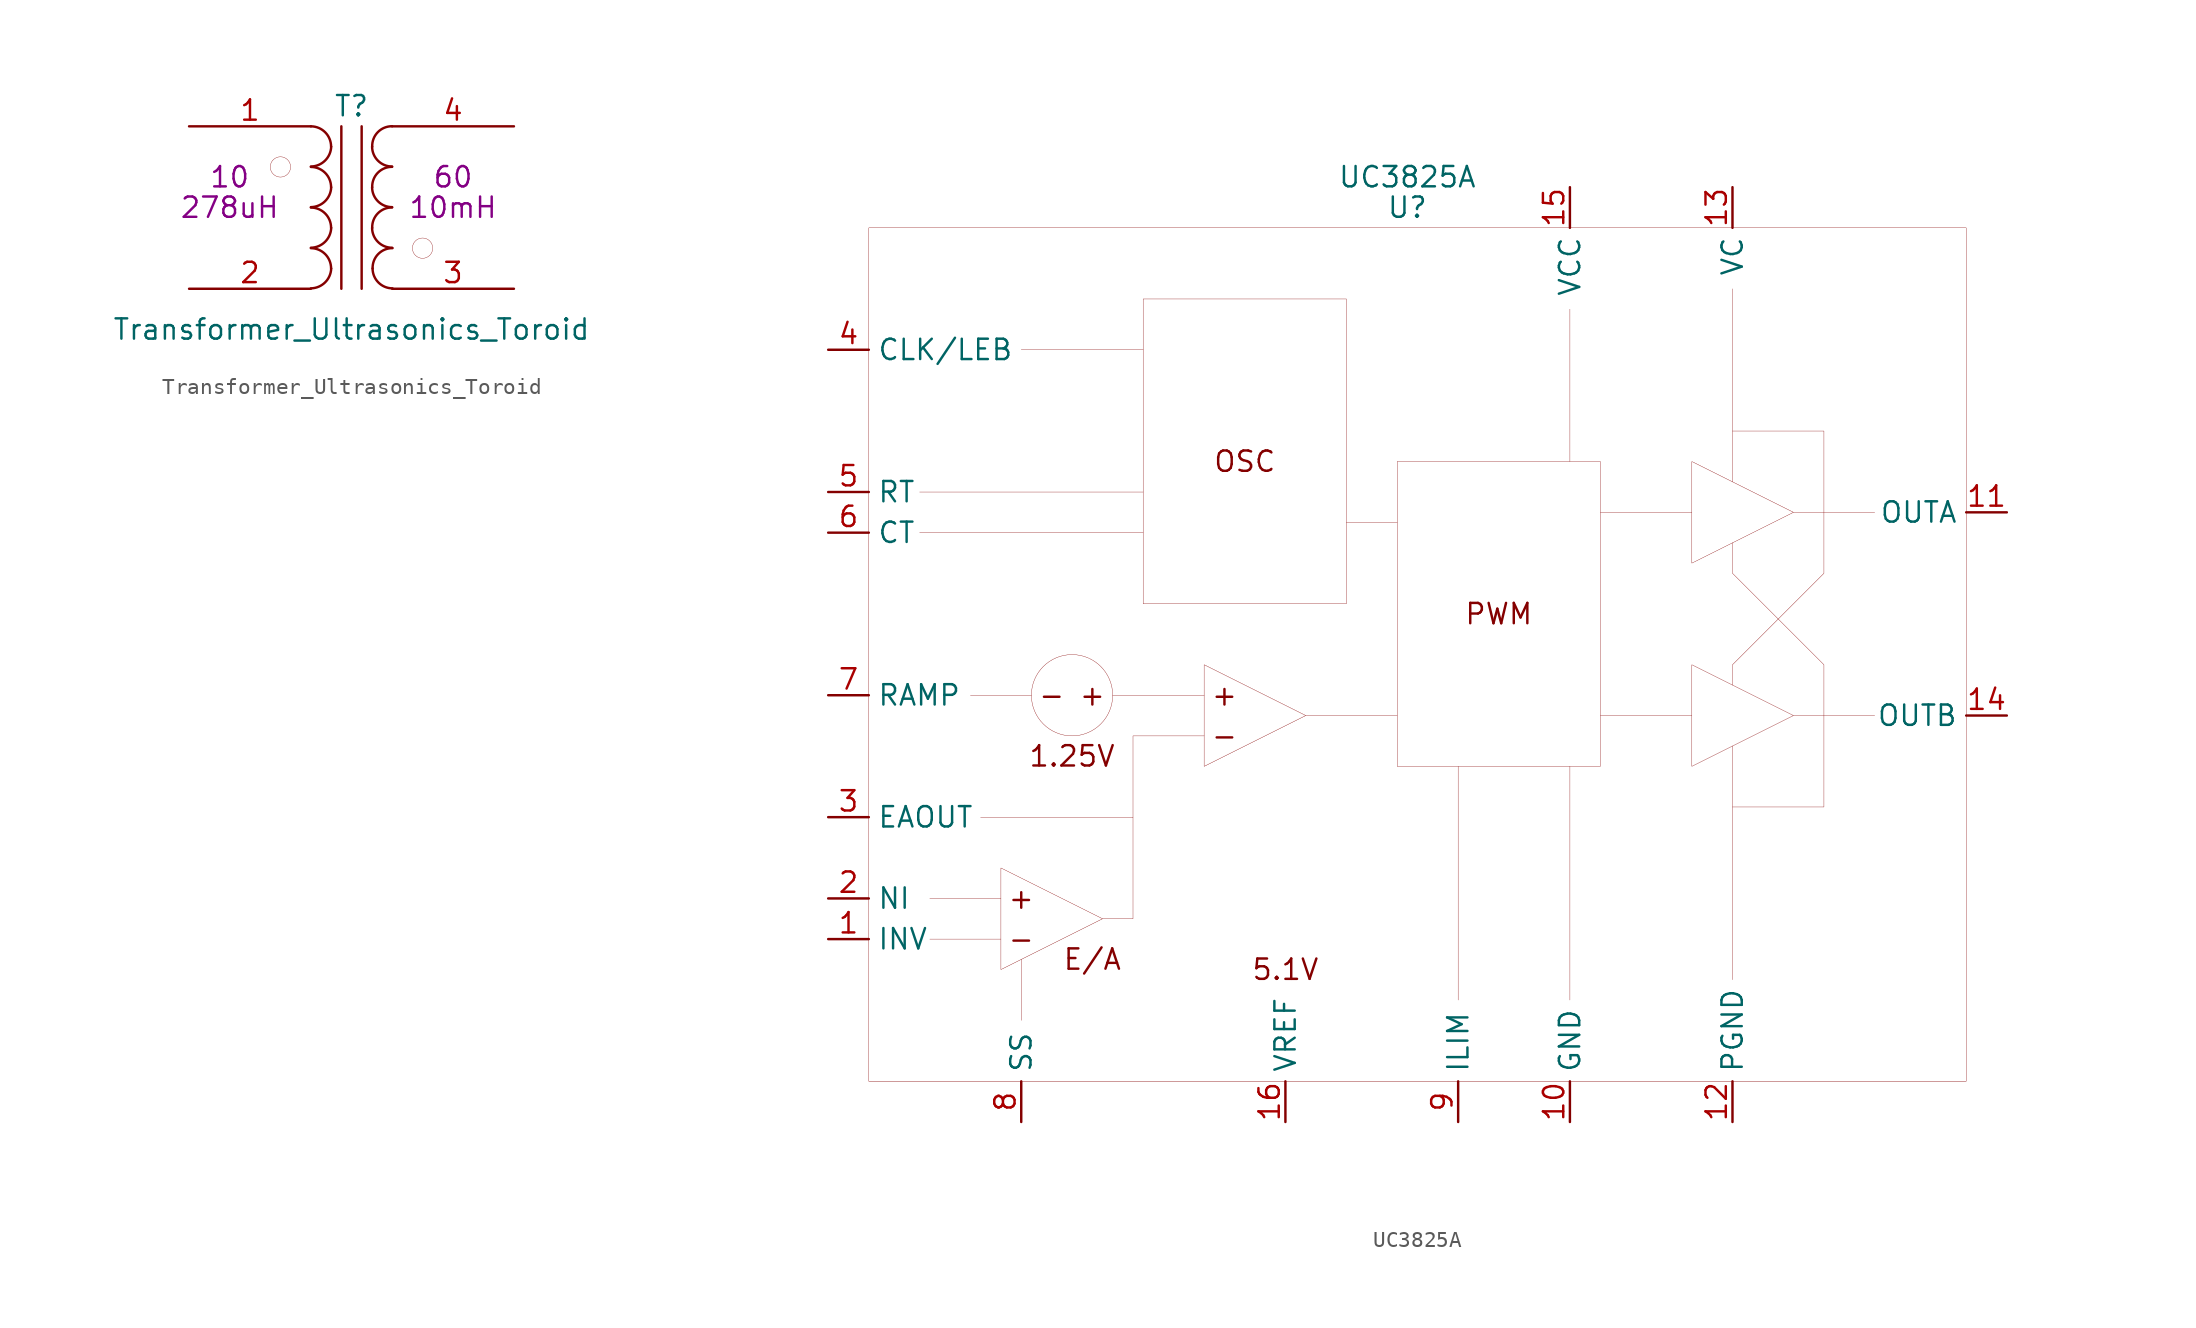
<source format=kicad_sym>
(kicad_symbol_lib
  (version 20211014)
  (generator kicad_symbol_editor)
  (symbol "Transformer_Ultrasonics_Toroid"
    (pin_names
      (offset 1.016) hide)
    (property "Reference" "T"
      (at 0 6.35 0)
      (effects (font (size 1.27 1.27))))
    (property "Value" "Transformer_Ultrasonics_Toroid"
      (at 0 -7.62 0)
      (effects (font (size 1.27 1.27))))
    (property "Np" "10"
      (at -7.62 1.905 0)
      (effects (font (size 1.27 1.27))))
    (property "Ns" "60"
      (at 6.35 1.905 0)
      (effects (font (size 1.27 1.27))))
    (property "Lp" "278uH"
      (at -7.62 0 0)
      (effects (font (size 1.27 1.27))))
    (property "Ls" "10mH"
      (at 6.35 0 0)
      (effects (font (size 1.27 1.27))))
    (symbol "Transformer_Ultrasonics_Toroid_0_1"
      (circle (center -4.445 2.54) (radius 0.635) (stroke (width 0.001) (type default) (color 0 0 0 0)) (fill (type none)))
      (arc (start -2.54 -5.0546) (mid -1.6561 -4.6863) (end -1.27 -3.81) (stroke (width 0) (type default) (color 0 0 0 0)) (fill (type none)))
      (arc (start -2.54 -2.5146) (mid -1.6561 -2.1463) (end -1.27 -1.27) (stroke (width 0) (type default) (color 0 0 0 0)) (fill (type none)))
      (arc (start -2.54 0.0254) (mid -1.6561 0.3937) (end -1.27 1.27) (stroke (width 0) (type default) (color 0 0 0 0)) (fill (type none)))
      (arc (start -2.54 2.5654) (mid -1.6561 2.9337) (end -1.27 3.81) (stroke (width 0) (type default) (color 0 0 0 0)) (fill (type none)))
      (arc (start -1.27 -3.81) (mid -1.642 -2.912) (end -2.54 -2.54) (stroke (width 0) (type default) (color 0 0 0 0)) (fill (type none)))
      (arc (start -1.27 -1.27) (mid -1.642 -0.372) (end -2.54 0) (stroke (width 0) (type default) (color 0 0 0 0)) (fill (type none)))
      (arc (start -1.27 1.27) (mid -1.642 2.168) (end -2.54 2.54) (stroke (width 0) (type default) (color 0 0 0 0)) (fill (type none)))
      (arc (start -1.27 3.81) (mid -1.642 4.708) (end -2.54 5.08) (stroke (width 0) (type default) (color 0 0 0 0)) (fill (type none)))
      (polyline (pts (xy -0.635 5.08) (xy -0.635 -5.08)) (stroke (width 0) (type default) (color 0 0 0 0)) (fill (type none)))
      (polyline (pts (xy 0.635 -5.08) (xy 0.635 5.08)) (stroke (width 0) (type default) (color 0 0 0 0)) (fill (type none)))
      (arc (start 1.2954 -1.27) (mid 1.6599 -2.1501) (end 2.54 -2.5146) (stroke (width 0) (type default) (color 0 0 0 0)) (fill (type none)))
      (arc (start 1.2954 1.27) (mid 1.6599 0.3899) (end 2.54 0.0254) (stroke (width 0) (type default) (color 0 0 0 0)) (fill (type none)))
      (arc (start 1.2954 3.81) (mid 1.6599 2.9299) (end 2.54 2.5654) (stroke (width 0) (type default) (color 0 0 0 0)) (fill (type none)))
      (arc (start 1.3208 -3.81) (mid 1.6853 -4.6901) (end 2.5654 -5.0546) (stroke (width 0) (type default) (color 0 0 0 0)) (fill (type none)))
      (arc (start 2.54 0) (mid 1.6456 -0.3683) (end 1.2954 -1.27) (stroke (width 0) (type default) (color 0 0 0 0)) (fill (type none)))
      (arc (start 2.54 2.54) (mid 1.6456 2.1717) (end 1.2954 1.27) (stroke (width 0) (type default) (color 0 0 0 0)) (fill (type none)))
      (arc (start 2.54 5.08) (mid 1.6456 4.7117) (end 1.2954 3.81) (stroke (width 0) (type default) (color 0 0 0 0)) (fill (type none)))
      (arc (start 2.5654 -2.54) (mid 1.671 -2.9083) (end 1.3208 -3.81) (stroke (width 0) (type default) (color 0 0 0 0)) (fill (type none)))
      (circle (center 4.445 -2.54) (radius 0.635) (stroke (width 0.001) (type default) (color 0 0 0 0)) (fill (type none))))
    (symbol "Transformer_Ultrasonics_Toroid_1_1"
      (pin passive line (at -10.16 5.08 0) (length 7.62) (name "AA" (effects (font (size 1.27 1.27)))) (number "1" (effects (font (size 1.27 1.27)))))
      (pin passive line (at -10.16 -5.08 0) (length 7.62) (name "AB" (effects (font (size 1.27 1.27)))) (number "2" (effects (font (size 1.27 1.27)))))
      (pin passive line (at 10.16 -5.08 180) (length 7.62) (name "SA" (effects (font (size 1.27 1.27)))) (number "3" (effects (font (size 1.27 1.27)))))
      (pin passive line (at 10.16 5.08 180) (length 7.62) (name "SB" (effects (font (size 1.27 1.27)))) (number "4" (effects (font (size 1.27 1.27)))))))
  (symbol "UC3825A"
    (property "Reference" "U"
      (at 0.635 26.67 0)
      (effects (font (size 1.27 1.27))))
    (property "Value" "UC3825A"
      (at 0.635 28.575 0)
      (effects (font (size 1.27 1.27))))
    (symbol "UC3825A_0_0"
      (circle (center -20.32 -3.81) (radius 2.54) (stroke (width 0.001) (type default) (color 0 0 0 0)) (fill (type none)))
      (polyline (pts (xy -29.845 6.35) (xy -15.875 6.35)) (stroke (width 0.001) (type default) (color 0 0 0 0)) (fill (type none)))
      (polyline (pts (xy -29.21 -16.51) (xy -24.765 -16.51)) (stroke (width 0.001) (type default) (color 0 0 0 0)) (fill (type none)))
      (polyline (pts (xy -26.67 -3.81) (xy -22.86 -3.81)) (stroke (width 0.001) (type default) (color 0 0 0 0)) (fill (type none)))
      (polyline (pts (xy -24.765 -19.05) (xy -29.21 -19.05)) (stroke (width 0.001) (type default) (color 0 0 0 0)) (fill (type none)))
      (polyline (pts (xy -23.495 -24.13) (xy -23.495 -20.32)) (stroke (width 0.001) (type default) (color 0 0 0 0)) (fill (type none)))
      (polyline (pts (xy -23.495 17.78) (xy -15.875 17.78)) (stroke (width 0.001) (type default) (color 0 0 0 0)) (fill (type none)))
      (polyline (pts (xy -17.78 -3.81) (xy -12.065 -3.81)) (stroke (width 0.001) (type default) (color 0 0 0 0)) (fill (type none)))
      (polyline (pts (xy -15.875 8.89) (xy -29.845 8.89)) (stroke (width 0.001) (type default) (color 0 0 0 0)) (fill (type none)))
      (polyline (pts (xy -5.715 -5.08) (xy 0 -5.08)) (stroke (width 0.001) (type default) (color 0 0 0 0)) (fill (type none)))
      (polyline (pts (xy -3.175 6.985) (xy 0 6.985)) (stroke (width 0.001) (type default) (color 0 0 0 0)) (fill (type none)))
      (polyline (pts (xy 3.81 -22.86) (xy 3.81 -8.255)) (stroke (width 0.001) (type default) (color 0 0 0 0)) (fill (type none)))
      (polyline (pts (xy 10.795 -8.255) (xy 10.795 -22.86)) (stroke (width 0.001) (type default) (color 0 0 0 0)) (fill (type none)))
      (polyline (pts (xy 10.795 20.32) (xy 10.795 10.795)) (stroke (width 0.001) (type default) (color 0 0 0 0)) (fill (type none)))
      (polyline (pts (xy 18.415 -5.08) (xy 12.7 -5.08)) (stroke (width 0.001) (type default) (color 0 0 0 0)) (fill (type none)))
      (polyline (pts (xy 18.415 7.62) (xy 12.7 7.62)) (stroke (width 0.001) (type default) (color 0 0 0 0)) (fill (type none)))
      (polyline (pts (xy 20.955 -6.985) (xy 20.955 -21.59)) (stroke (width 0.001) (type default) (color 0 0 0 0)) (fill (type none)))
      (polyline (pts (xy 20.955 9.525) (xy 20.955 21.59)) (stroke (width 0.001) (type default) (color 0 0 0 0)) (fill (type none)))
      (polyline (pts (xy 24.765 -5.08) (xy 29.845 -5.08)) (stroke (width 0.001) (type default) (color 0 0 0 0)) (fill (type none)))
      (polyline (pts (xy 24.765 7.62) (xy 29.845 7.62)) (stroke (width 0.001) (type default) (color 0 0 0 0)) (fill (type none)))
      (polyline (pts (xy -16.51 -11.43) (xy -16.51 -6.35) (xy -12.065 -6.35)) (stroke (width 0.001) (type default) (color 0 0 0 0)) (fill (type none)))
      (polyline (pts (xy -26.035 -11.43) (xy -16.51 -11.43) (xy -16.51 -17.78) (xy -18.415 -17.78)) (stroke (width 0.001) (type default) (color 0 0 0 0)) (fill (type none)))
      (polyline (pts (xy 20.955 -3.175) (xy 20.955 -1.905) (xy 26.67 3.81) (xy 26.67 12.7) (xy 20.955 12.7)) (stroke (width 0.001) (type default) (color 0 0 0 0)) (fill (type none)))
      (polyline (pts (xy 20.955 5.715) (xy 20.955 3.81) (xy 26.67 -1.905) (xy 26.67 -10.795) (xy 20.955 -10.795)) (stroke (width 0.001) (type default) (color 0 0 0 0)) (fill (type none)))
      (text "+" (at -23.495 -16.51 0) (effects (font (size 1.27 1.27))))
      (text "+" (at -19.05 -3.81 0) (effects (font (size 1.27 1.27))))
      (text "+" (at -10.795 -3.81 0) (effects (font (size 1.27 1.27))))
      (text "-" (at -23.495 -19.05 0) (effects (font (size 1.27 1.27))))
      (text "-" (at -21.59 -3.81 0) (effects (font (size 1.27 1.27))))
      (text "-" (at -10.795 -6.35 0) (effects (font (size 1.27 1.27))))
      (text "1.25V" (at -20.32 -7.62 0) (effects (font (size 1.27 1.27))))
      (text "5.1V" (at -6.985 -20.955 0) (effects (font (size 1.27 1.27))))
      (text "E/A" (at -19.05 -20.32 0) (effects (font (size 1.27 1.27))))
      (text "OSC" (at -9.525 10.795 0) (effects (font (size 1.27 1.27))))
      (text "PWM" (at 6.35 1.27 0) (effects (font (size 1.27 1.27)))))
    (symbol "UC3825A_0_1"
      (rectangle (start -33.02 25.4) (end 35.56 -27.94) (stroke (width 0.001) (type default) (color 0 0 0 0)) (fill (type none)))
      (rectangle (start -15.875 20.955) (end -3.175 1.905) (stroke (width 0.001) (type default) (color 0 0 0 0)) (fill (type none)))
      (polyline (pts (xy -24.765 -14.605) (xy -24.765 -20.955) (xy -18.415 -17.78) (xy -24.765 -14.605)) (stroke (width 0.001) (type default) (color 0 0 0 0)) (fill (type none)))
      (polyline (pts (xy -12.065 -1.905) (xy -12.065 -8.255) (xy -5.715 -5.08) (xy -12.065 -1.905)) (stroke (width 0.001) (type default) (color 0 0 0 0)) (fill (type none)))
      (polyline (pts (xy 18.415 -1.905) (xy 18.415 -8.255) (xy 24.765 -5.08) (xy 18.415 -1.905)) (stroke (width 0.001) (type default) (color 0 0 0 0)) (fill (type none)))
      (polyline (pts (xy 18.415 10.795) (xy 18.415 4.445) (xy 24.765 7.62) (xy 18.415 10.795)) (stroke (width 0.001) (type default) (color 0 0 0 0)) (fill (type none)))
      (rectangle (start 0 10.795) (end 12.7 -8.255) (stroke (width 0.001) (type default) (color 0 0 0 0)) (fill (type none))))
    (symbol "UC3825A_1_1"
      (pin input line (at -35.56 -19.05 0) (length 2.54) (name "INV" (effects (font (size 1.27 1.27)))) (number "1" (effects (font (size 1.27 1.27)))))
      (pin power_in line (at 10.795 -30.48 90) (length 2.54) (name "GND" (effects (font (size 1.27 1.27)))) (number "10" (effects (font (size 1.27 1.27)))))
      (pin output line (at 38.1 7.62 180) (length 2.54) (name "OUTA" (effects (font (size 1.27 1.27)))) (number "11" (effects (font (size 1.27 1.27)))))
      (pin power_in line (at 20.955 -30.48 90) (length 2.54) (name "PGND" (effects (font (size 1.27 1.27)))) (number "12" (effects (font (size 1.27 1.27)))))
      (pin power_in line (at 20.955 27.94 270) (length 2.54) (name "VC" (effects (font (size 1.27 1.27)))) (number "13" (effects (font (size 1.27 1.27)))))
      (pin output line (at 38.1 -5.08 180) (length 2.54) (name "OUTB" (effects (font (size 1.27 1.27)))) (number "14" (effects (font (size 1.27 1.27)))))
      (pin power_in line (at 10.795 27.94 270) (length 2.54) (name "VCC" (effects (font (size 1.27 1.27)))) (number "15" (effects (font (size 1.27 1.27)))))
      (pin output line (at -6.985 -30.48 90) (length 2.54) (name "VREF" (effects (font (size 1.27 1.27)))) (number "16" (effects (font (size 1.27 1.27)))))
      (pin input line (at -35.56 -16.51 0) (length 2.54) (name "NI" (effects (font (size 1.27 1.27)))) (number "2" (effects (font (size 1.27 1.27)))))
      (pin output line (at -35.56 -11.43 0) (length 2.54) (name "EAOUT" (effects (font (size 1.27 1.27)))) (number "3" (effects (font (size 1.27 1.27)))))
      (pin output line (at -35.56 17.78 0) (length 2.54) (name "CLK/LEB" (effects (font (size 1.27 1.27)))) (number "4" (effects (font (size 1.27 1.27)))))
      (pin input line (at -35.56 8.89 0) (length 2.54) (name "RT" (effects (font (size 1.27 1.27)))) (number "5" (effects (font (size 1.27 1.27)))))
      (pin input line (at -35.56 6.35 0) (length 2.54) (name "CT" (effects (font (size 1.27 1.27)))) (number "6" (effects (font (size 1.27 1.27)))))
      (pin input line (at -35.56 -3.81 0) (length 2.54) (name "RAMP" (effects (font (size 1.27 1.27)))) (number "7" (effects (font (size 1.27 1.27)))))
      (pin input line (at -23.495 -30.48 90) (length 2.54) (name "SS" (effects (font (size 1.27 1.27)))) (number "8" (effects (font (size 1.27 1.27)))))
      (pin input line (at 3.81 -30.48 90) (length 2.54) (name "ILIM" (effects (font (size 1.27 1.27)))) (number "9" (effects (font (size 1.27 1.27))))))))
</source>
